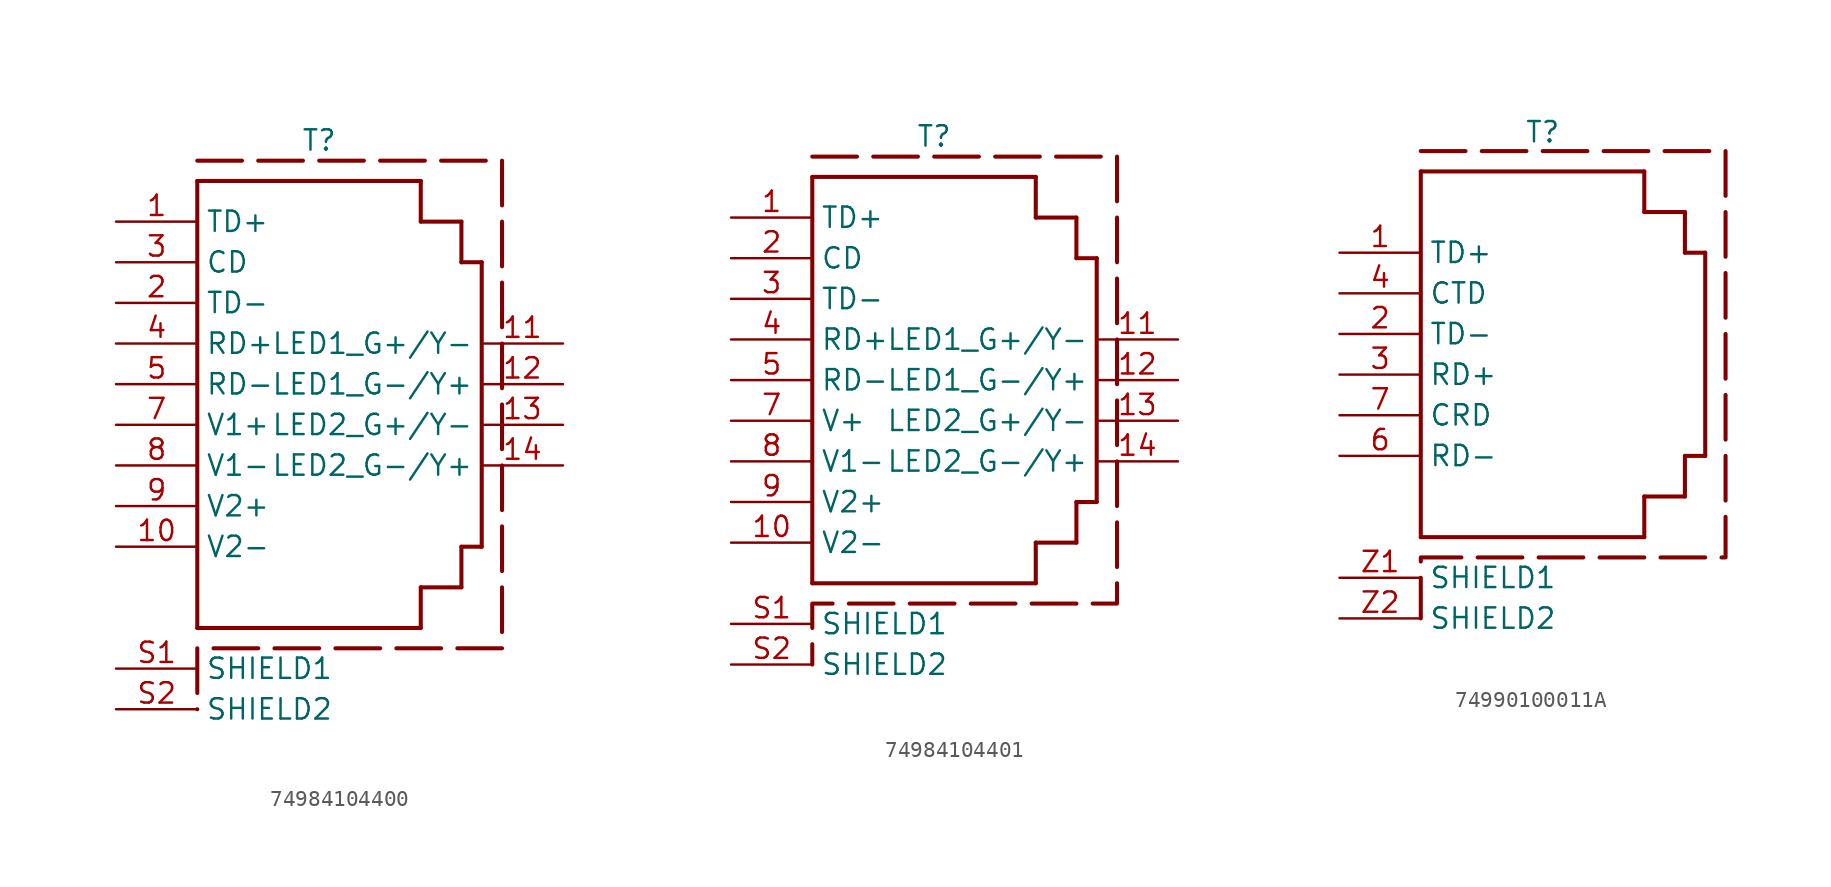
<source format=kicad_sym>
(kicad_symbol_lib
  (version 20220914)
  (generator kicad_symbol_editor)
  (symbol "74984104400"
    (property "Reference" "T"
      (at 0 17.78 0)
      (effects (font (size 1.27 1.27))))
    (property "Critical Parameter" ""
      (at 0 -5.08 0)
      (effects (font (size 1.27 1.27)) (justify left)))
    (symbol "74984104400_0_0"
      (polyline (pts (xy -7.62 -12.7) (xy -7.62 15.24)) (stroke (width 0.254) (type default)) (fill (type none)))
      (polyline (pts (xy -7.62 15.24) (xy 6.35 15.24)) (stroke (width 0.254) (type default)) (fill (type none)))
      (polyline (pts (xy 6.35 -12.7) (xy -7.62 -12.7)) (stroke (width 0.254) (type default)) (fill (type none)))
      (polyline (pts (xy 6.35 -12.7) (xy 6.35 -10.16)) (stroke (width 0.254) (type default)) (fill (type none)))
      (polyline (pts (xy 6.35 -10.16) (xy 8.89 -10.16)) (stroke (width 0.254) (type default)) (fill (type none)))
      (polyline (pts (xy 6.35 12.7) (xy 8.89 12.7)) (stroke (width 0.254) (type default)) (fill (type none)))
      (polyline (pts (xy 6.35 15.24) (xy 6.35 12.7)) (stroke (width 0.254) (type default)) (fill (type none)))
      (polyline (pts (xy 8.89 -10.16) (xy 8.89 -7.62)) (stroke (width 0.254) (type default)) (fill (type none)))
      (polyline (pts (xy 8.89 -7.62) (xy 10.16 -7.62)) (stroke (width 0.254) (type default)) (fill (type none)))
      (polyline (pts (xy 8.89 10.16) (xy 10.16 10.16)) (stroke (width 0.254) (type default)) (fill (type none)))
      (polyline (pts (xy 8.89 12.7) (xy 8.89 10.16)) (stroke (width 0.254) (type default)) (fill (type none)))
      (polyline (pts (xy 10.16 10.16) (xy 10.16 -7.62)) (stroke (width 0.254) (type default)) (fill (type none)))
      (pin passive line (at -12.7 12.7 0) (length 5.08) (name "TD+" (effects (font (size 1.27 1.27)))) (number "1" (effects (font (size 1.27 1.27)))))
      (pin passive line (at -12.7 -7.62 0) (length 5.08) (name "V2-" (effects (font (size 1.27 1.27)))) (number "10" (effects (font (size 1.27 1.27)))))
      (pin passive line (at -12.7 7.62 0) (length 5.08) (name "TD-" (effects (font (size 1.27 1.27)))) (number "2" (effects (font (size 1.27 1.27)))))
      (pin passive line (at -12.7 10.16 0) (length 5.08) (name "CD" (effects (font (size 1.27 1.27)))) (number "3" (effects (font (size 1.27 1.27)))))
      (pin passive line (at -12.7 5.08 0) (length 5.08) (name "RD+" (effects (font (size 1.27 1.27)))) (number "4" (effects (font (size 1.27 1.27)))))
      (pin passive line (at -12.7 2.54 0) (length 5.08) (name "RD-" (effects (font (size 1.27 1.27)))) (number "5" (effects (font (size 1.27 1.27)))))
      (pin passive line (at -12.7 0 0) (length 5.08) (name "V1+" (effects (font (size 1.27 1.27)))) (number "7" (effects (font (size 1.27 1.27)))))
      (pin passive line (at -12.7 -2.54 0) (length 5.08) (name "V1-" (effects (font (size 1.27 1.27)))) (number "8" (effects (font (size 1.27 1.27)))))
      (pin passive line (at -12.7 -5.08 0) (length 5.08) (name "V2+" (effects (font (size 1.27 1.27)))) (number "9" (effects (font (size 1.27 1.27)))))
      (pin passive line (at -12.7 -15.24 0) (length 5.08) (name "SHIELD1" (effects (font (size 1.27 1.27)))) (number "S1" (effects (font (size 1.27 1.27)))))
      (pin passive line (at -12.7 -17.78 0) (length 5.08) (name "SHIELD2" (effects (font (size 1.27 1.27)))) (number "S2" (effects (font (size 1.27 1.27))))))
    (symbol "74984104400_1_0"
      (pin passive line (at 15.24 5.08 180) (length 5.08) (name "LED1_G+/Y-" (effects (font (size 1.27 1.27)))) (number "11" (effects (font (size 1.27 1.27)))))
      (pin passive line (at 15.24 2.54 180) (length 5.08) (name "LED1_G-/Y+" (effects (font (size 1.27 1.27)))) (number "12" (effects (font (size 1.27 1.27)))))
      (pin passive line (at 15.24 0 180) (length 5.08) (name "LED2_G+/Y-" (effects (font (size 1.27 1.27)))) (number "13" (effects (font (size 1.27 1.27)))))
      (pin passive line (at 15.24 -2.54 180) (length 5.08) (name "LED2_G-/Y+" (effects (font (size 1.27 1.27)))) (number "14" (effects (font (size 1.27 1.27))))))
    (symbol "74984104400_1_1"
      (polyline (pts (xy -7.62 16.51) (xy 11.43 16.51) (xy 11.43 -13.97) (xy -7.62 -13.97) (xy -7.62 -17.78)) (stroke (width 0.254) (type dash)) (fill (type none)))))
  (symbol "74984104401"
    (property "Reference" "T"
      (at 0 15.24 0)
      (effects (font (size 1.27 1.27))))
    (property "Critical Parameter" ""
      (at 0 -5.08 0)
      (effects (font (size 1.27 1.27)) (justify left)))
    (symbol "74984104401_0_0"
      (polyline (pts (xy -7.62 -12.7) (xy -7.62 12.7)) (stroke (width 0.254) (type default)) (fill (type none)))
      (polyline (pts (xy -7.62 12.7) (xy 6.35 12.7)) (stroke (width 0.254) (type default)) (fill (type none)))
      (polyline (pts (xy 6.35 -12.7) (xy -7.62 -12.7)) (stroke (width 0.254) (type default)) (fill (type none)))
      (polyline (pts (xy 6.35 -12.7) (xy 6.35 -10.16)) (stroke (width 0.254) (type default)) (fill (type none)))
      (polyline (pts (xy 6.35 -10.16) (xy 8.89 -10.16)) (stroke (width 0.254) (type default)) (fill (type none)))
      (polyline (pts (xy 6.35 10.16) (xy 8.89 10.16)) (stroke (width 0.254) (type default)) (fill (type none)))
      (polyline (pts (xy 6.35 12.7) (xy 6.35 10.16)) (stroke (width 0.254) (type default)) (fill (type none)))
      (polyline (pts (xy 8.89 -10.16) (xy 8.89 -7.62)) (stroke (width 0.254) (type default)) (fill (type none)))
      (polyline (pts (xy 8.89 -7.62) (xy 10.16 -7.62)) (stroke (width 0.254) (type default)) (fill (type none)))
      (polyline (pts (xy 8.89 7.62) (xy 10.16 7.62)) (stroke (width 0.254) (type default)) (fill (type none)))
      (polyline (pts (xy 8.89 10.16) (xy 8.89 7.62)) (stroke (width 0.254) (type default)) (fill (type none)))
      (polyline (pts (xy 10.16 7.62) (xy 10.16 -7.62)) (stroke (width 0.254) (type default)) (fill (type none)))
      (pin passive line (at -12.7 10.16 0) (length 5.08) (name "TD+" (effects (font (size 1.27 1.27)))) (number "1" (effects (font (size 1.27 1.27)))))
      (pin passive line (at -12.7 -10.16 0) (length 5.08) (name "V2-" (effects (font (size 1.27 1.27)))) (number "10" (effects (font (size 1.27 1.27)))))
      (pin passive line (at -12.7 7.62 0) (length 5.08) (name "CD" (effects (font (size 1.27 1.27)))) (number "2" (effects (font (size 1.27 1.27)))))
      (pin passive line (at -12.7 5.08 0) (length 5.08) (name "TD-" (effects (font (size 1.27 1.27)))) (number "3" (effects (font (size 1.27 1.27)))))
      (pin passive line (at -12.7 2.54 0) (length 5.08) (name "RD+" (effects (font (size 1.27 1.27)))) (number "4" (effects (font (size 1.27 1.27)))))
      (pin passive line (at -12.7 0 0) (length 5.08) (name "RD-" (effects (font (size 1.27 1.27)))) (number "5" (effects (font (size 1.27 1.27)))))
      (pin passive line (at -12.7 -2.54 0) (length 5.08) (name "V+" (effects (font (size 1.27 1.27)))) (number "7" (effects (font (size 1.27 1.27)))))
      (pin passive line (at -12.7 -5.08 0) (length 5.08) (name "V1-" (effects (font (size 1.27 1.27)))) (number "8" (effects (font (size 1.27 1.27)))))
      (pin passive line (at -12.7 -7.62 0) (length 5.08) (name "V2+" (effects (font (size 1.27 1.27)))) (number "9" (effects (font (size 1.27 1.27)))))
      (pin passive line (at -12.7 -15.24 0) (length 5.08) (name "SHIELD1" (effects (font (size 1.27 1.27)))) (number "S1" (effects (font (size 1.27 1.27)))))
      (pin passive line (at -12.7 -17.78 0) (length 5.08) (name "SHIELD2" (effects (font (size 1.27 1.27)))) (number "S2" (effects (font (size 1.27 1.27))))))
    (symbol "74984104401_1_0"
      (pin passive line (at 15.24 2.54 180) (length 5.08) (name "LED1_G+/Y-" (effects (font (size 1.27 1.27)))) (number "11" (effects (font (size 1.27 1.27)))))
      (pin passive line (at 15.24 0 180) (length 5.08) (name "LED1_G-/Y+" (effects (font (size 1.27 1.27)))) (number "12" (effects (font (size 1.27 1.27)))))
      (pin passive line (at 15.24 -2.54 180) (length 5.08) (name "LED2_G+/Y-" (effects (font (size 1.27 1.27)))) (number "13" (effects (font (size 1.27 1.27)))))
      (pin passive line (at 15.24 -5.08 180) (length 5.08) (name "LED2_G-/Y+" (effects (font (size 1.27 1.27)))) (number "14" (effects (font (size 1.27 1.27))))))
    (symbol "74984104401_1_1"
      (polyline (pts (xy -7.62 13.97) (xy 11.43 13.97) (xy 11.43 -13.97) (xy -7.62 -13.97) (xy -7.62 -17.78)) (stroke (width 0.254) (type dash)) (fill (type none)))))
  (symbol "74990100011A"
    (property "Reference" "T"
      (at 0 15.16 0)
      (effects (font (size 1.27 1.27))))
    (property "Critical Parameter" ""
      (at 0 -5.08 0)
      (effects (font (size 1.27 1.27)) (justify left)))
    (symbol "74990100011A_0_0"
      (polyline (pts (xy -7.62 -10.16) (xy -7.62 12.7)) (stroke (width 0.254) (type default)) (fill (type none)))
      (polyline (pts (xy -7.62 12.7) (xy 6.35 12.7)) (stroke (width 0.254) (type default)) (fill (type none)))
      (polyline (pts (xy 6.35 -10.16) (xy -7.62 -10.16)) (stroke (width 0.254) (type default)) (fill (type none)))
      (polyline (pts (xy 6.35 -10.16) (xy 6.35 -7.62)) (stroke (width 0.254) (type default)) (fill (type none)))
      (polyline (pts (xy 6.35 -7.62) (xy 8.89 -7.62)) (stroke (width 0.254) (type default)) (fill (type none)))
      (polyline (pts (xy 6.35 10.16) (xy 8.89 10.16)) (stroke (width 0.254) (type default)) (fill (type none)))
      (polyline (pts (xy 6.35 12.7) (xy 6.35 10.16)) (stroke (width 0.254) (type default)) (fill (type none)))
      (polyline (pts (xy 8.89 -7.62) (xy 8.89 -5.08)) (stroke (width 0.254) (type default)) (fill (type none)))
      (polyline (pts (xy 8.89 -5.08) (xy 10.16 -5.08)) (stroke (width 0.254) (type default)) (fill (type none)))
      (polyline (pts (xy 8.89 7.62) (xy 10.16 7.62)) (stroke (width 0.254) (type default)) (fill (type none)))
      (polyline (pts (xy 8.89 10.16) (xy 8.89 7.62)) (stroke (width 0.254) (type default)) (fill (type none)))
      (polyline (pts (xy 10.16 7.62) (xy 10.16 -5.08)) (stroke (width 0.254) (type default)) (fill (type none)))
      (pin passive line (at -12.7 7.62 0) (length 5.08) (name "TD+" (effects (font (size 1.27 1.27)))) (number "1" (effects (font (size 1.27 1.27)))))
      (pin passive line (at -12.7 2.54 0) (length 5.08) (name "TD-" (effects (font (size 1.27 1.27)))) (number "2" (effects (font (size 1.27 1.27)))))
      (pin passive line (at -12.7 0 0) (length 5.08) (name "RD+" (effects (font (size 1.27 1.27)))) (number "3" (effects (font (size 1.27 1.27)))))
      (pin passive line (at -12.7 5.08 0) (length 5.08) (name "CTD" (effects (font (size 1.27 1.27)))) (number "4" (effects (font (size 1.27 1.27)))))
      (pin passive line (at -12.7 -5.08 0) (length 5.08) (name "RD-" (effects (font (size 1.27 1.27)))) (number "6" (effects (font (size 1.27 1.27)))))
      (pin passive line (at -12.7 -2.54 0) (length 5.08) (name "CRD" (effects (font (size 1.27 1.27)))) (number "7" (effects (font (size 1.27 1.27)))))
      (pin passive line (at -12.7 -12.7 0) (length 5.08) (name "SHIELD1" (effects (font (size 1.27 1.27)))) (number "Z1" (effects (font (size 1.27 1.27)))))
      (pin passive line (at -12.7 -15.24 0) (length 5.08) (name "SHIELD2" (effects (font (size 1.27 1.27)))) (number "Z2" (effects (font (size 1.27 1.27))))))
    (symbol "74990100011A_1_1"
      (polyline (pts (xy -7.62 13.97) (xy 11.43 13.97) (xy 11.43 -11.43) (xy -7.62 -11.43) (xy -7.62 -15.24)) (stroke (width 0.254) (type dash)) (fill (type none))))))
</source>
